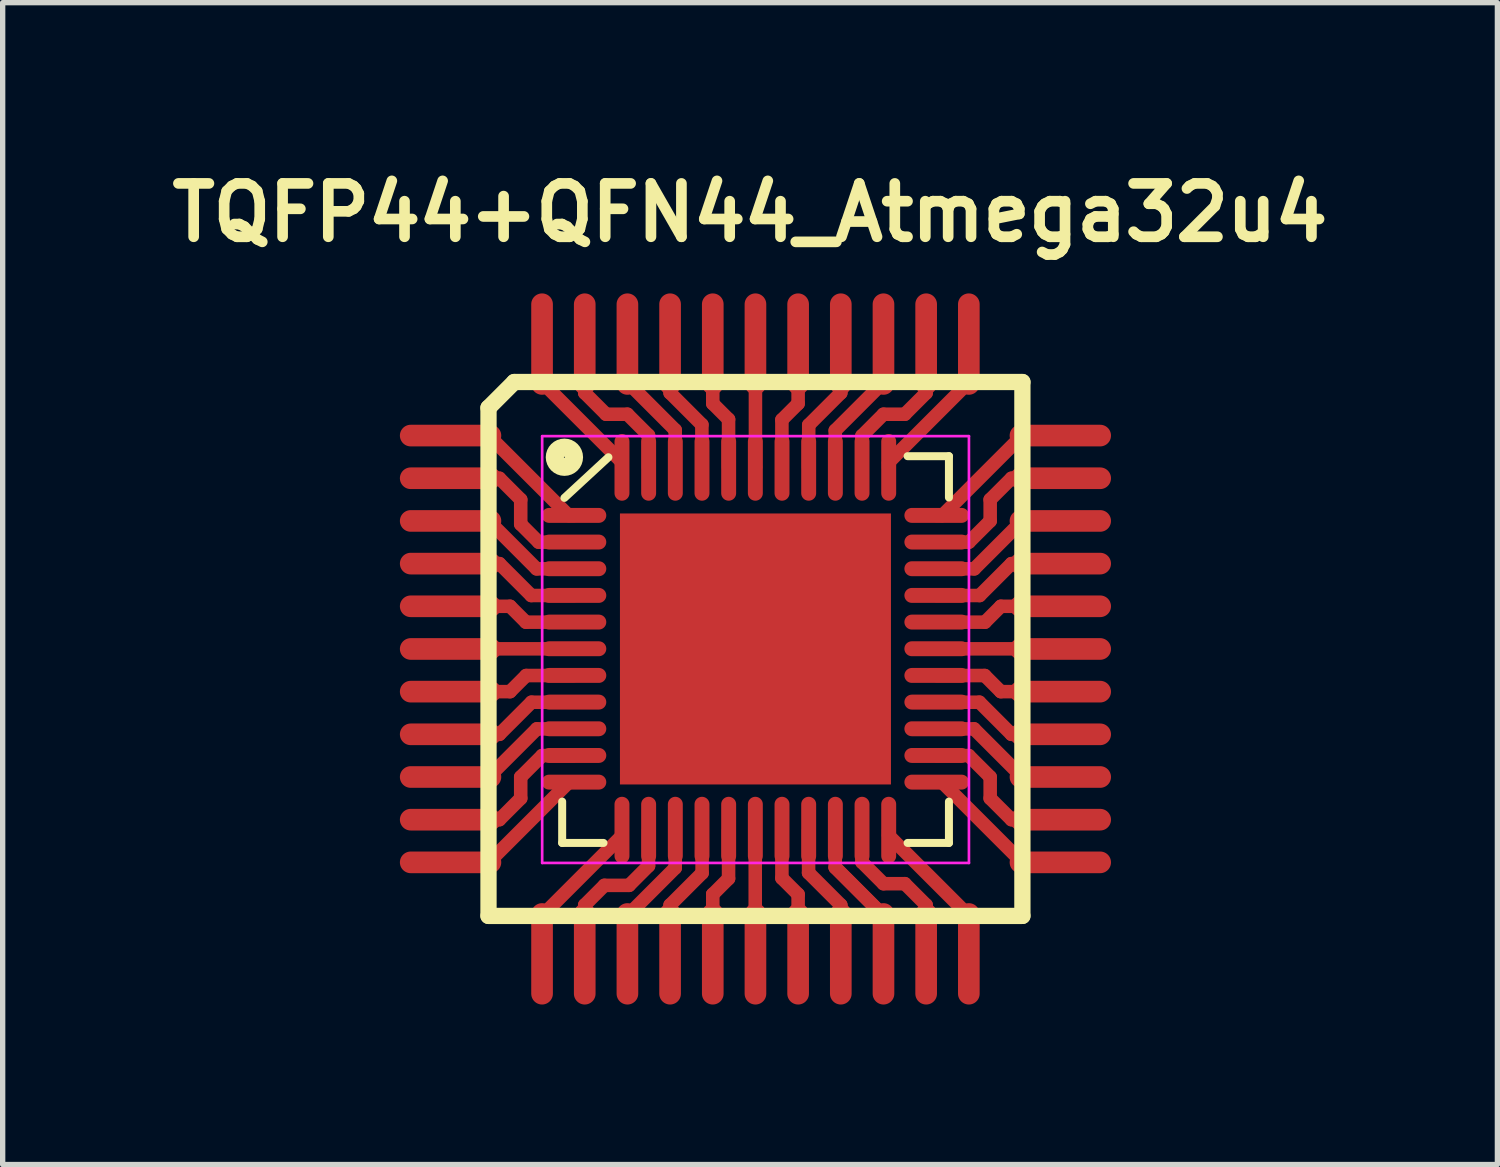
<source format=kicad_pcb>
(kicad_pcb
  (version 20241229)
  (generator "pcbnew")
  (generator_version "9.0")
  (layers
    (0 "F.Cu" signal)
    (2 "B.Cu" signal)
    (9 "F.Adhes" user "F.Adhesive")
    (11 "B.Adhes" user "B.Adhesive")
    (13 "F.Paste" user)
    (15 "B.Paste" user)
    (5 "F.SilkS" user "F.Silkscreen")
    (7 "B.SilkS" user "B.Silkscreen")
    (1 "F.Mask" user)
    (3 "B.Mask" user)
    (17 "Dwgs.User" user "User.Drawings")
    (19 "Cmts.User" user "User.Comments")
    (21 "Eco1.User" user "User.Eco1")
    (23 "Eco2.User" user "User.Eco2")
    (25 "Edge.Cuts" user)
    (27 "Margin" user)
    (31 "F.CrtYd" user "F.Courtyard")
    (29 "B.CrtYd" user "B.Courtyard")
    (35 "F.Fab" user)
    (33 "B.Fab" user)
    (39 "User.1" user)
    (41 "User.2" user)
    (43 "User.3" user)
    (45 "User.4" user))
  (footprint "TQFP44+QFN44_Atmega32u4"
    (layer "F.Cu")
    (at 11.111 9.115)
    (property "Reference" "TQFP44+QFN44_Atmega32u4" (at -0.102 -8.179 0) (layer "F.SilkS") (effects (font (size 1 1) (thickness 0.2))))
    (attr smd)
    (fp_line (start -5.715 -4) (end -5 -4) (stroke (width 0.254) (type solid)) (layer "F.Cu"))
    (fp_line (start -5.715 -3.2) (end -4.8 -3.2) (stroke (width 0.254) (type solid)) (layer "F.Cu"))
    (fp_line (start -5.715 -2.4) (end -5 -2.4) (stroke (width 0.254) (type solid)) (layer "F.Cu"))
    (fp_line (start -5.715 -1.6) (end -4.8 -1.6) (stroke (width 0.254) (type solid)) (layer "F.Cu"))
    (fp_line (start -5.715 -0.8) (end -4.6 -0.8) (stroke (width 0.254) (type solid)) (layer "F.Cu"))
    (fp_line (start -5.715 1.6) (end -4.8 1.6) (stroke (width 0.254) (type solid)) (layer "F.Cu"))
    (fp_line (start -5.715 2.4) (end -5 2.4) (stroke (width 0.254) (type solid)) (layer "F.Cu"))
    (fp_line (start -5.715 3.2) (end -4.8 3.2) (stroke (width 0.254) (type solid)) (layer "F.Cu"))
    (fp_line (start -5.715 4) (end -5 4) (stroke (width 0.254) (type solid)) (layer "F.Cu"))
    (fp_line (start -5.713 -0.002) (end -5.715 0) (stroke (width 0.254) (type solid)) (layer "F.Cu"))
    (fp_line (start -5 -4) (end -3.502 -2.502) (stroke (width 0.254) (type solid)) (layer "F.Cu"))
    (fp_line (start -5 4) (end -3.498 2.498) (stroke (width 0.254) (type solid)) (layer "F.Cu"))
    (fp_line (start -5 -2.4) (end -4.102 -1.502) (stroke (width 0.254) (type solid)) (layer "F.Cu"))
    (fp_line (start -5 2.4) (end -4.098 1.498) (stroke (width 0.254) (type solid)) (layer "F.Cu"))
    (fp_line (start -4.8 -3.2) (end -4.4 -2.8) (stroke (width 0.254) (type solid)) (layer "F.Cu"))
    (fp_line (start -4.8 3.2) (end -4.4 2.8) (stroke (width 0.254) (type solid)) (layer "F.Cu"))
    (fp_line (start -4.8 -1.6) (end -4.202 -1.002) (stroke (width 0.254) (type solid)) (layer "F.Cu"))
    (fp_line (start -4.8 1.6) (end -4.198 0.998) (stroke (width 0.254) (type solid)) (layer "F.Cu"))
    (fp_line (start -4.6 0.8) (end -5.715 0.8) (stroke (width 0.254) (type solid)) (layer "F.Cu"))
    (fp_line (start -4.6 0.8) (end -4.298 0.498) (stroke (width 0.254) (type solid)) (layer "F.Cu"))
    (fp_line (start -4.4 -2.339) (end -4.4 -2.8) (stroke (width 0.254) (type solid)) (layer "F.Cu"))
    (fp_line (start -4.4 2.4) (end -4.4 2.8) (stroke (width 0.254) (type solid)) (layer "F.Cu"))
    (fp_line (start -4.302 -0.502) (end -4.6 -0.8) (stroke (width 0.254) (type solid)) (layer "F.Cu"))
    (fp_line (start -4.302 -0.502) (end -3.404 -0.502) (stroke (width 0.254) (type solid)) (layer "F.Cu"))
    (fp_line (start -4.063 -2.002) (end -4.4 -2.339) (stroke (width 0.254) (type solid)) (layer "F.Cu"))
    (fp_line (start -4 -5.715) (end -4 -5) (stroke (width 0.254) (type solid)) (layer "F.Cu"))
    (fp_line (start -4 -5) (end -2.504 -3.504) (stroke (width 0.254) (type solid)) (layer "F.Cu"))
    (fp_line (start -4 5) (end -2.504 3.504) (stroke (width 0.254) (type solid)) (layer "F.Cu"))
    (fp_line (start -4 5.715) (end -4 5) (stroke (width 0.254) (type solid)) (layer "F.Cu"))
    (fp_line (start -3.998 1.998) (end -4.4 2.4) (stroke (width 0.254) (type solid)) (layer "F.Cu"))
    (fp_line (start -3.404 -2.502) (end -3.502 -2.502) (stroke (width 0.254) (type solid)) (layer "F.Cu"))
    (fp_line (start -3.404 -2.002) (end -4.063 -2.002) (stroke (width 0.254) (type solid)) (layer "F.Cu"))
    (fp_line (start -3.404 -1.502) (end -4.102 -1.502) (stroke (width 0.254) (type solid)) (layer "F.Cu"))
    (fp_line (start -3.404 -1.002) (end -4.202 -1.002) (stroke (width 0.254) (type solid)) (layer "F.Cu"))
    (fp_line (start -3.404 -0.002) (end -5.713 -0.002) (stroke (width 0.254) (type solid)) (layer "F.Cu"))
    (fp_line (start -3.404 0.498) (end -4.298 0.498) (stroke (width 0.254) (type solid)) (layer "F.Cu"))
    (fp_line (start -3.404 0.998) (end -4.198 0.998) (stroke (width 0.254) (type solid)) (layer "F.Cu"))
    (fp_line (start -3.404 1.498) (end -4.098 1.498) (stroke (width 0.254) (type solid)) (layer "F.Cu"))
    (fp_line (start -3.404 1.998) (end -3.998 1.998) (stroke (width 0.254) (type solid)) (layer "F.Cu"))
    (fp_line (start -3.404 2.498) (end -3.498 2.498) (stroke (width 0.254) (type solid)) (layer "F.Cu"))
    (fp_line (start -3.2 4.8) (end -2.831 4.431) (stroke (width 0.254) (type solid)) (layer "F.Cu"))
    (fp_line (start -3.2 5.715) (end -3.2 4.8) (stroke (width 0.254) (type solid)) (layer "F.Cu"))
    (fp_line (start -3.2 -4.8) (end -3.2 -5.715) (stroke (width 0.254) (type solid)) (layer "F.Cu"))
    (fp_line (start -2.8 -4.4) (end -3.2 -4.8) (stroke (width 0.254) (type solid)) (layer "F.Cu"))
    (fp_line (start -2.504 -3.402) (end -2.504 -3.504) (stroke (width 0.254) (type solid)) (layer "F.Cu"))
    (fp_line (start -2.504 3.398) (end -2.504 3.504) (stroke (width 0.254) (type solid)) (layer "F.Cu"))
    (fp_line (start -2.4 -5.715) (end -2.4 -5) (stroke (width 0.254) (type solid)) (layer "F.Cu"))
    (fp_line (start -2.4 -5) (end -1.504 -4.104) (stroke (width 0.254) (type solid)) (layer "F.Cu"))
    (fp_line (start -2.4 5) (end -1.504 4.104) (stroke (width 0.254) (type solid)) (layer "F.Cu"))
    (fp_line (start -2.4 5.715) (end -2.4 5) (stroke (width 0.254) (type solid)) (layer "F.Cu"))
    (fp_line (start -2.4 -4.4) (end -2.8 -4.4) (stroke (width 0.254) (type solid)) (layer "F.Cu"))
    (fp_line (start -2.369 4.431) (end -2.831 4.431) (stroke (width 0.254) (type solid)) (layer "F.Cu"))
    (fp_line (start -2.004 -4.004) (end -2.4 -4.4) (stroke (width 0.254) (type solid)) (layer "F.Cu"))
    (fp_line (start -2.004 -3.402) (end -2.004 -4.004) (stroke (width 0.254) (type solid)) (layer "F.Cu"))
    (fp_line (start -2.004 3.398) (end -2.004 4.065) (stroke (width 0.254) (type solid)) (layer "F.Cu"))
    (fp_line (start -2.004 4.065) (end -2.369 4.431) (stroke (width 0.254) (type solid)) (layer "F.Cu"))
    (fp_line (start -1.6 -5.715) (end -1.6 -4.8) (stroke (width 0.254) (type solid)) (layer "F.Cu"))
    (fp_line (start -1.6 -4.8) (end -1.004 -4.204) (stroke (width 0.254) (type solid)) (layer "F.Cu"))
    (fp_line (start -1.6 4.8) (end -1.6 5.7) (stroke (width 0.254) (type solid)) (layer "F.Cu"))
    (fp_line (start -1.6 4.8) (end -1 4.2) (stroke (width 0.254) (type solid)) (layer "F.Cu"))
    (fp_line (start -1.504 -3.402) (end -1.504 -4.104) (stroke (width 0.254) (type solid)) (layer "F.Cu"))
    (fp_line (start -1.504 3.398) (end -1.504 4.104) (stroke (width 0.254) (type solid)) (layer "F.Cu"))
    (fp_line (start -1.004 -3.402) (end -1.004 -4.204) (stroke (width 0.254) (type solid)) (layer "F.Cu"))
    (fp_line (start -1 4.2) (end -1 3.4) (stroke (width 0.254) (type solid)) (layer "F.Cu"))
    (fp_line (start -0.8 -5.715) (end -0.8 -5) (stroke (width 0.254) (type solid)) (layer "F.Cu"))
    (fp_line (start -0.8 -5.715) (end -0.8 -4.6) (stroke (width 0.254) (type solid)) (layer "F.Cu"))
    (fp_line (start -0.8 4.6) (end -0.8 5.715) (stroke (width 0.254) (type solid)) (layer "F.Cu"))
    (fp_line (start -0.8 4.6) (end -0.8 4.6) (stroke (width 0.254) (type solid)) (layer "F.Cu"))
    (fp_line (start -0.8 4.6) (end -0.504 4.304) (stroke (width 0.254) (type solid)) (layer "F.Cu"))
    (fp_line (start -0.504 -4.304) (end -0.8 -4.6) (stroke (width 0.254) (type solid)) (layer "F.Cu"))
    (fp_line (start -0.504 -4.304) (end -0.504 -3.402) (stroke (width 0.254) (type solid)) (layer "F.Cu"))
    (fp_line (start -0.504 3.398) (end -0.504 4.304) (stroke (width 0.254) (type solid)) (layer "F.Cu"))
    (fp_line (start -0.004 -3.402) (end 0 -3.405) (stroke (width 0.254) (type solid)) (layer "F.Cu"))
    (fp_line (start -0.004 3.398) (end -0.004 5.711) (stroke (width 0.254) (type solid)) (layer "F.Cu"))
    (fp_line (start -0.004 5.711) (end 0 5.715) (stroke (width 0.254) (type solid)) (layer "F.Cu"))
    (fp_line (start 0 -3.405) (end 0 -5.715) (stroke (width 0.254) (type solid)) (layer "F.Cu"))
    (fp_line (start 0.496 -4.296) (end 0.496 -3.402) (stroke (width 0.254) (type solid)) (layer "F.Cu"))
    (fp_line (start 0.496 -4.296) (end 0.8 -4.6) (stroke (width 0.254) (type solid)) (layer "F.Cu"))
    (fp_line (start 0.496 4.296) (end 0.496 3.398) (stroke (width 0.254) (type solid)) (layer "F.Cu"))
    (fp_line (start 0.496 4.296) (end 0.8 4.6) (stroke (width 0.254) (type solid)) (layer "F.Cu"))
    (fp_line (start 0.75 -5.665) (end 0.8 -5.715) (stroke (width 0.254) (type solid)) (layer "F.Cu"))
    (fp_line (start 0.8 -5.715) (end 0.8 -5) (stroke (width 0.254) (type solid)) (layer "F.Cu"))
    (fp_line (start 0.8 -5.715) (end 0.8 -4.6) (stroke (width 0.254) (type solid)) (layer "F.Cu"))
    (fp_line (start 0.8 5.715) (end 0.8 4.6) (stroke (width 0.254) (type solid)) (layer "F.Cu"))
    (fp_line (start 0.996 -3.402) (end 0.999 -4.199) (stroke (width 0.254) (type solid)) (layer "F.Cu"))
    (fp_line (start 0.996 3.398) (end 0.996 4.196) (stroke (width 0.254) (type solid)) (layer "F.Cu"))
    (fp_line (start 1.496 -4.096) (end 1.496 -3.402) (stroke (width 0.254) (type solid)) (layer "F.Cu"))
    (fp_line (start 1.496 -4.096) (end 2.4 -5) (stroke (width 0.254) (type solid)) (layer "F.Cu"))
    (fp_line (start 1.496 3.398) (end 1.496 4.096) (stroke (width 0.254) (type solid)) (layer "F.Cu"))
    (fp_line (start 1.6 -5.715) (end 1.6 -4.8) (stroke (width 0.254) (type solid)) (layer "F.Cu"))
    (fp_line (start 1.6 -4.8) (end 0.999 -4.199) (stroke (width 0.254) (type solid)) (layer "F.Cu"))
    (fp_line (start 1.6 4.8) (end 0.996 4.196) (stroke (width 0.254) (type solid)) (layer "F.Cu"))
    (fp_line (start 1.6 5.715) (end 1.6 4.8) (stroke (width 0.254) (type solid)) (layer "F.Cu"))
    (fp_line (start 1.996 -3.996) (end 2.4 -4.4) (stroke (width 0.254) (type solid)) (layer "F.Cu"))
    (fp_line (start 1.996 -3.402) (end 1.996 -3.996) (stroke (width 0.254) (type solid)) (layer "F.Cu"))
    (fp_line (start 1.996 3.398) (end 1.996 3.996) (stroke (width 0.254) (type solid)) (layer "F.Cu"))
    (fp_line (start 1.996 3.996) (end 2.4 4.4) (stroke (width 0.254) (type solid)) (layer "F.Cu"))
    (fp_line (start 2.4 -5.715) (end 2.4 -5) (stroke (width 0.254) (type solid)) (layer "F.Cu"))
    (fp_line (start 2.4 -5.715) (end 2.4 -5.715) (stroke (width 0.254) (type solid)) (layer "F.Cu"))
    (fp_line (start 2.4 -4.4) (end 2.8 -4.4) (stroke (width 0.254) (type solid)) (layer "F.Cu"))
    (fp_line (start 2.4 4.4) (end 2.8 4.4) (stroke (width 0.254) (type solid)) (layer "F.Cu"))
    (fp_line (start 2.4 5) (end 1.496 4.096) (stroke (width 0.254) (type solid)) (layer "F.Cu"))
    (fp_line (start 2.4 5) (end 1.496 4.096) (stroke (width 0.254) (type solid)) (layer "F.Cu"))
    (fp_line (start 2.4 5.715) (end 2.4 5) (stroke (width 0.254) (type solid)) (layer "F.Cu"))
    (fp_line (start 2.496 -3.402) (end 2.496 -3.496) (stroke (width 0.254) (type solid)) (layer "F.Cu"))
    (fp_line (start 2.496 3.398) (end 2.496 3.496) (stroke (width 0.254) (type solid)) (layer "F.Cu"))
    (fp_line (start 2.8 -4.4) (end 3.2 -4.8) (stroke (width 0.254) (type solid)) (layer "F.Cu"))
    (fp_line (start 3.2 -4.8) (end 3.2 -5.715) (stroke (width 0.254) (type solid)) (layer "F.Cu"))
    (fp_line (start 3.2 4.8) (end 2.8 4.4) (stroke (width 0.254) (type solid)) (layer "F.Cu"))
    (fp_line (start 3.2 5.715) (end 3.2 4.8) (stroke (width 0.254) (type solid)) (layer "F.Cu"))
    (fp_line (start 3.396 -2.502) (end 3.502 -2.502) (stroke (width 0.254) (type solid)) (layer "F.Cu"))
    (fp_line (start 3.396 -2.002) (end 4.002 -2.002) (stroke (width 0.254) (type solid)) (layer "F.Cu"))
    (fp_line (start 3.396 -1.502) (end 4.102 -1.502) (stroke (width 0.254) (type solid)) (layer "F.Cu"))
    (fp_line (start 3.396 -1.002) (end 4.202 -1.002) (stroke (width 0.254) (type solid)) (layer "F.Cu"))
    (fp_line (start 3.396 -0.502) (end 4.302 -0.502) (stroke (width 0.254) (type solid)) (layer "F.Cu"))
    (fp_line (start 3.396 -0.002) (end 5.713 -0.002) (stroke (width 0.254) (type solid)) (layer "F.Cu"))
    (fp_line (start 3.396 0.498) (end 4.298 0.498) (stroke (width 0.254) (type solid)) (layer "F.Cu"))
    (fp_line (start 3.396 0.998) (end 4.198 0.998) (stroke (width 0.254) (type solid)) (layer "F.Cu"))
    (fp_line (start 3.396 1.498) (end 4.098 1.498) (stroke (width 0.254) (type solid)) (layer "F.Cu"))
    (fp_line (start 3.396 1.998) (end 3.998 1.998) (stroke (width 0.254) (type solid)) (layer "F.Cu"))
    (fp_line (start 3.396 2.498) (end 3.498 2.498) (stroke (width 0.254) (type solid)) (layer "F.Cu"))
    (fp_line (start 4 -5.715) (end 4 -5) (stroke (width 0.254) (type solid)) (layer "F.Cu"))
    (fp_line (start 4 -5) (end 2.496 -3.496) (stroke (width 0.254) (type solid)) (layer "F.Cu"))
    (fp_line (start 4 5) (end 2.496 3.496) (stroke (width 0.254) (type solid)) (layer "F.Cu"))
    (fp_line (start 4 5.715) (end 4 5) (stroke (width 0.254) (type solid)) (layer "F.Cu"))
    (fp_line (start 4.002 -2.002) (end 4.4 -2.4) (stroke (width 0.254) (type solid)) (layer "F.Cu"))
    (fp_line (start 4.298 0.498) (end 4.6 0.8) (stroke (width 0.254) (type solid)) (layer "F.Cu"))
    (fp_line (start 4.302 -0.502) (end 4.6 -0.8) (stroke (width 0.254) (type solid)) (layer "F.Cu"))
    (fp_line (start 4.4 -2.8) (end 4.8 -3.2) (stroke (width 0.254) (type solid)) (layer "F.Cu"))
    (fp_line (start 4.4 -2.4) (end 4.4 -2.8) (stroke (width 0.254) (type solid)) (layer "F.Cu"))
    (fp_line (start 4.4 2.4) (end 3.998 1.998) (stroke (width 0.254) (type solid)) (layer "F.Cu"))
    (fp_line (start 4.4 2.4) (end 4.4 2.8) (stroke (width 0.254) (type solid)) (layer "F.Cu"))
    (fp_line (start 4.8 -1.6) (end 4.202 -1.002) (stroke (width 0.254) (type solid)) (layer "F.Cu"))
    (fp_line (start 4.8 1.6) (end 4.198 0.998) (stroke (width 0.254) (type solid)) (layer "F.Cu"))
    (fp_line (start 4.8 -3.2) (end 5.715 -3.2) (stroke (width 0.254) (type solid)) (layer "F.Cu"))
    (fp_line (start 4.8 3.2) (end 4.4 2.8) (stroke (width 0.254) (type solid)) (layer "F.Cu"))
    (fp_line (start 5 -2.4) (end 4.102 -1.502) (stroke (width 0.254) (type solid)) (layer "F.Cu"))
    (fp_line (start 5 2.4) (end 4.098 1.498) (stroke (width 0.254) (type solid)) (layer "F.Cu"))
    (fp_line (start 5 -4) (end 3.502 -2.502) (stroke (width 0.254) (type solid)) (layer "F.Cu"))
    (fp_line (start 5 4) (end 3.498 2.498) (stroke (width 0.254) (type solid)) (layer "F.Cu"))
    (fp_line (start 5.713 -0.002) (end 5.715 0) (stroke (width 0.254) (type solid)) (layer "F.Cu"))
    (fp_line (start 5.715 -4) (end 5 -4) (stroke (width 0.254) (type solid)) (layer "F.Cu"))
    (fp_line (start 5.715 -2.4) (end 5 -2.4) (stroke (width 0.254) (type solid)) (layer "F.Cu"))
    (fp_line (start 5.715 -1.6) (end 4.8 -1.6) (stroke (width 0.254) (type solid)) (layer "F.Cu"))
    (fp_line (start 5.715 -0.8) (end 4.6 -0.8) (stroke (width 0.254) (type solid)) (layer "F.Cu"))
    (fp_line (start 5.715 0.8) (end 4.6 0.8) (stroke (width 0.254) (type solid)) (layer "F.Cu"))
    (fp_line (start 5.715 1.6) (end 4.8 1.6) (stroke (width 0.254) (type solid)) (layer "F.Cu"))
    (fp_line (start 5.715 2.4) (end 5 2.4) (stroke (width 0.254) (type solid)) (layer "F.Cu"))
    (fp_line (start 5.715 3.2) (end 4.8 3.2) (stroke (width 0.254) (type solid)) (layer "F.Cu"))
    (fp_line (start 5.715 4) (end 5 4) (stroke (width 0.254) (type solid)) (layer "F.Cu"))
    (fp_line (start -5.004 -4.521) (end -5.004 5.004) (stroke (width 0.305) (type solid)) (layer "F.SilkS"))
    (fp_line (start -5.004 -4.521) (end -4.521 -5.004) (stroke (width 0.305) (type solid)) (layer "F.SilkS"))
    (fp_line (start -4.521 -5.004) (end 5.004 -5.004) (stroke (width 0.305) (type solid)) (layer "F.SilkS"))
    (fp_line (start -3.623 3.636) (end -3.623 2.861) (stroke (width 0.15) (type solid)) (layer "F.SilkS"))
    (fp_line (start -3.623 3.636) (end -2.848 3.636) (stroke (width 0.15) (type solid)) (layer "F.SilkS"))
    (fp_line (start -2.756 -3.594) (end -3.581 -2.832) (stroke (width 0.15) (type solid)) (layer "F.SilkS"))
    (fp_line (start 3.627 -3.614) (end 2.852 -3.614) (stroke (width 0.15) (type solid)) (layer "F.SilkS"))
    (fp_line (start 3.627 -3.614) (end 3.627 -2.839) (stroke (width 0.15) (type solid)) (layer "F.SilkS"))
    (fp_line (start 3.627 3.636) (end 2.852 3.636) (stroke (width 0.15) (type solid)) (layer "F.SilkS"))
    (fp_line (start 3.627 3.636) (end 3.627 2.861) (stroke (width 0.15) (type solid)) (layer "F.SilkS"))
    (fp_line (start 5.004 -5.004) (end 5.004 5.004) (stroke (width 0.305) (type solid)) (layer "F.SilkS"))
    (fp_line (start 5.004 5.004) (end -5.004 5.004) (stroke (width 0.305) (type solid)) (layer "F.SilkS"))
    (fp_circle (center -3.581 -3.594) (end -3.454 -3.467) (stroke (width 0.34) (type solid)) (fill no) (layer "F.SilkS"))
    (fp_line (start -3.998 -3.989) (end -3.998 4.011) (stroke (width 0.05) (type solid)) (layer "F.CrtYd"))
    (fp_line (start -3.998 -3.989) (end 4.002 -3.989) (stroke (width 0.05) (type solid)) (layer "F.CrtYd"))
    (fp_line (start -3.998 4.011) (end 4.002 4.011) (stroke (width 0.05) (type solid)) (layer "F.CrtYd"))
    (fp_line (start 4.002 -3.989) (end 4.002 4.011) (stroke (width 0.05) (type solid)) (layer "F.CrtYd"))
    (pad "" smd oval (at -3.402 -2.504) (size 1.212 0.28) (layers "F.Cu" "F.Mask" "F.Paste"))
    (pad "" smd oval (at -3.402 -2.004) (size 1.212 0.28) (layers "F.Cu" "F.Mask" "F.Paste"))
    (pad "" smd oval (at -3.402 -1.504) (size 1.212 0.28) (layers "F.Cu" "F.Mask" "F.Paste"))
    (pad "" smd oval (at -3.402 -1.004) (size 1.212 0.28) (layers "F.Cu" "F.Mask" "F.Paste"))
    (pad "" smd oval (at -3.402 -0.504) (size 1.212 0.28) (layers "F.Cu" "F.Mask" "F.Paste"))
    (pad "" smd oval (at -3.402 -0.004) (size 1.212 0.28) (layers "F.Cu" "F.Mask" "F.Paste"))
    (pad "" smd oval (at -3.402 0.496) (size 1.212 0.28) (layers "F.Cu" "F.Mask" "F.Paste"))
    (pad "" smd oval (at -3.402 0.996) (size 1.212 0.28) (layers "F.Cu" "F.Mask" "F.Paste"))
    (pad "" smd oval (at -3.402 1.496) (size 1.212 0.28) (layers "F.Cu" "F.Mask" "F.Paste"))
    (pad "" smd oval (at -3.402 1.996) (size 1.212 0.28) (layers "F.Cu" "F.Mask" "F.Paste"))
    (pad "" smd oval (at -3.402 2.496) (size 1.212 0.28) (layers "F.Cu" "F.Mask" "F.Paste"))
    (pad "" smd oval (at -2.502 -3.404 90) (size 1.25 0.28) (layers "F.Cu" "F.Mask" "F.Paste"))
    (pad "" smd oval (at -2.502 3.396 90) (size 1.25 0.28) (layers "F.Cu" "F.Mask" "F.Paste"))
    (pad "" smd oval (at -2.002 -3.404 90) (size 1.25 0.28) (layers "F.Cu" "F.Mask" "F.Paste"))
    (pad "" smd oval (at -2.002 3.396 90) (size 1.25 0.28) (layers "F.Cu" "F.Mask" "F.Paste"))
    (pad "" smd oval (at -1.502 -3.404 90) (size 1.25 0.28) (layers "F.Cu" "F.Mask" "F.Paste"))
    (pad "" smd oval (at -1.502 3.396 90) (size 1.25 0.28) (layers "F.Cu" "F.Mask" "F.Paste"))
    (pad "" smd oval (at -1.002 -3.404 90) (size 1.25 0.28) (layers "F.Cu" "F.Mask" "F.Paste"))
    (pad "" smd oval (at -1.002 3.396 90) (size 1.25 0.28) (layers "F.Cu" "F.Mask" "F.Paste"))
    (pad "" smd oval (at -0.502 -3.404 90) (size 1.25 0.28) (layers "F.Cu" "F.Mask" "F.Paste"))
    (pad "" smd oval (at -0.502 3.396 90) (size 1.25 0.28) (layers "F.Cu" "F.Mask" "F.Paste"))
    (pad "" smd oval (at -0.002 -3.404 90) (size 1.25 0.28) (layers "F.Cu" "F.Mask" "F.Paste"))
    (pad "" smd oval (at -0.002 3.396 90) (size 1.25 0.28) (layers "F.Cu" "F.Mask" "F.Paste"))
    (pad "" smd oval (at 0.498 -3.404 90) (size 1.25 0.28) (layers "F.Cu" "F.Mask" "F.Paste"))
    (pad "" smd oval (at 0.498 3.396 90) (size 1.25 0.28) (layers "F.Cu" "F.Mask" "F.Paste"))
    (pad "" smd oval (at 0.998 -3.404 90) (size 1.25 0.28) (layers "F.Cu" "F.Mask" "F.Paste"))
    (pad "" smd oval (at 0.998 3.396 90) (size 1.25 0.28) (layers "F.Cu" "F.Mask" "F.Paste"))
    (pad "" smd oval (at 1.498 -3.404 90) (size 1.25 0.28) (layers "F.Cu" "F.Mask" "F.Paste"))
    (pad "" smd oval (at 1.498 3.396 90) (size 1.25 0.28) (layers "F.Cu" "F.Mask" "F.Paste"))
    (pad "" smd oval (at 1.998 -3.404 90) (size 1.25 0.28) (layers "F.Cu" "F.Mask" "F.Paste"))
    (pad "" smd oval (at 1.998 3.396 90) (size 1.25 0.28) (layers "F.Cu" "F.Mask" "F.Paste"))
    (pad "" smd oval (at 2.498 -3.404 90) (size 1.25 0.28) (layers "F.Cu" "F.Mask" "F.Paste"))
    (pad "" smd oval (at 2.498 3.396 90) (size 1.25 0.28) (layers "F.Cu" "F.Mask" "F.Paste"))
    (pad "" smd oval (at 3.398 -2.504) (size 1.212 0.28) (layers "F.Cu" "F.Mask" "F.Paste"))
    (pad "" smd oval (at 3.398 -2.004) (size 1.212 0.28) (layers "F.Cu" "F.Mask" "F.Paste"))
    (pad "" smd oval (at 3.398 -1.504) (size 1.212 0.28) (layers "F.Cu" "F.Mask" "F.Paste"))
    (pad "" smd oval (at 3.398 -1.004) (size 1.212 0.28) (layers "F.Cu" "F.Mask" "F.Paste"))
    (pad "" smd oval (at 3.398 -0.504) (size 1.212 0.28) (layers "F.Cu" "F.Mask" "F.Paste"))
    (pad "" smd oval (at 3.398 -0.004) (size 1.212 0.28) (layers "F.Cu" "F.Mask" "F.Paste"))
    (pad "" smd oval (at 3.398 0.496) (size 1.212 0.28) (layers "F.Cu" "F.Mask" "F.Paste"))
    (pad "" smd oval (at 3.398 0.996) (size 1.212 0.28) (layers "F.Cu" "F.Mask" "F.Paste"))
    (pad "" smd oval (at 3.398 1.496) (size 1.212 0.28) (layers "F.Cu" "F.Mask" "F.Paste"))
    (pad "" smd oval (at 3.398 1.996) (size 1.212 0.28) (layers "F.Cu" "F.Mask" "F.Paste"))
    (pad "" smd oval (at 3.398 2.496) (size 1.212 0.28) (layers "F.Cu" "F.Mask" "F.Paste"))
    (pad "0" smd rect (at 0 0) (size 5.08 5.08) (layers "F.Cu" "F.Mask" "F.Paste"))
    (pad "1" smd oval (at -5.715 -4) (size 1.9 0.406) (layers "F.Cu" "F.Mask" "F.Paste"))
    (pad "2" smd oval (at -5.715 -3.2) (size 1.9 0.406) (layers "F.Cu" "F.Mask" "F.Paste"))
    (pad "3" smd oval (at -5.715 -2.4) (size 1.9 0.406) (layers "F.Cu" "F.Mask" "F.Paste"))
    (pad "4" smd oval (at -5.715 -1.6) (size 1.9 0.406) (layers "F.Cu" "F.Mask" "F.Paste"))
    (pad "5" smd oval (at -5.715 -0.8) (size 1.9 0.406) (layers "F.Cu" "F.Mask" "F.Paste"))
    (pad "6" smd oval (at -5.715 0) (size 1.9 0.406) (layers "F.Cu" "F.Mask" "F.Paste"))
    (pad "7" smd oval (at -5.715 0.8) (size 1.9 0.406) (layers "F.Cu" "F.Mask" "F.Paste"))
    (pad "8" smd oval (at -5.715 1.6) (size 1.9 0.406) (layers "F.Cu" "F.Mask" "F.Paste"))
    (pad "9" smd oval (at -5.715 2.4) (size 1.9 0.406) (layers "F.Cu" "F.Mask" "F.Paste"))
    (pad "10" smd oval (at -5.715 3.2) (size 1.9 0.406) (layers "F.Cu" "F.Mask" "F.Paste"))
    (pad "11" smd oval (at -5.715 4) (size 1.9 0.406) (layers "F.Cu" "F.Mask" "F.Paste"))
    (pad "12" smd oval (at -4 5.715) (size 0.406 1.9) (layers "F.Cu" "F.Mask" "F.Paste"))
    (pad "13" smd oval (at -3.2 5.715) (size 0.406 1.9) (layers "F.Cu" "F.Mask" "F.Paste"))
    (pad "14" smd oval (at -2.4 5.715) (size 0.406 1.9) (layers "F.Cu" "F.Mask" "F.Paste"))
    (pad "15" smd oval (at -1.6 5.715) (size 0.406 1.9) (layers "F.Cu" "F.Mask" "F.Paste"))
    (pad "16" smd oval (at -0.8 5.715) (size 0.406 1.9) (layers "F.Cu" "F.Mask" "F.Paste"))
    (pad "17" smd oval (at 0 5.715) (size 0.406 1.9) (layers "F.Cu" "F.Mask" "F.Paste"))
    (pad "18" smd oval (at 0.8 5.715) (size 0.406 1.9) (layers "F.Cu" "F.Mask" "F.Paste"))
    (pad "19" smd oval (at 1.6 5.715) (size 0.406 1.9) (layers "F.Cu" "F.Mask" "F.Paste"))
    (pad "20" smd oval (at 2.4 5.715) (size 0.406 1.9) (layers "F.Cu" "F.Mask" "F.Paste"))
    (pad "21" smd oval (at 3.2 5.715) (size 0.406 1.9) (layers "F.Cu" "F.Mask" "F.Paste"))
    (pad "22" smd oval (at 4 5.715) (size 0.406 1.9) (layers "F.Cu" "F.Mask" "F.Paste"))
    (pad "23" smd oval (at 5.715 4) (size 1.9 0.406) (layers "F.Cu" "F.Mask" "F.Paste"))
    (pad "24" smd oval (at 5.715 3.2) (size 1.9 0.406) (layers "F.Cu" "F.Mask" "F.Paste"))
    (pad "25" smd oval (at 5.715 2.4) (size 1.9 0.406) (layers "F.Cu" "F.Mask" "F.Paste"))
    (pad "26" smd oval (at 5.715 1.6) (size 1.9 0.406) (layers "F.Cu" "F.Mask" "F.Paste"))
    (pad "27" smd oval (at 5.715 0.8) (size 1.9 0.406) (layers "F.Cu" "F.Mask" "F.Paste"))
    (pad "28" smd oval (at 5.715 0) (size 1.9 0.406) (layers "F.Cu" "F.Mask" "F.Paste"))
    (pad "29" smd oval (at 5.715 -0.8) (size 1.9 0.406) (layers "F.Cu" "F.Mask" "F.Paste"))
    (pad "30" smd oval (at 5.715 -1.6) (size 1.9 0.406) (layers "F.Cu" "F.Mask" "F.Paste"))
    (pad "31" smd oval (at 5.715 -2.4) (size 1.9 0.406) (layers "F.Cu" "F.Mask" "F.Paste"))
    (pad "32" smd oval (at 5.715 -3.2) (size 1.9 0.406) (layers "F.Cu" "F.Mask" "F.Paste"))
    (pad "33" smd oval (at 5.715 -4) (size 1.9 0.406) (layers "F.Cu" "F.Mask" "F.Paste"))
    (pad "34" smd oval (at 4 -5.715) (size 0.406 1.9) (layers "F.Cu" "F.Mask" "F.Paste"))
    (pad "35" smd oval (at 3.2 -5.715) (size 0.406 1.9) (layers "F.Cu" "F.Mask" "F.Paste"))
    (pad "36" smd oval (at 2.4 -5.715) (size 0.406 1.9) (layers "F.Cu" "F.Mask" "F.Paste"))
    (pad "37" smd oval (at 1.6 -5.715) (size 0.406 1.9) (layers "F.Cu" "F.Mask" "F.Paste"))
    (pad "38" smd oval (at 0.8 -5.715) (size 0.406 1.9) (layers "F.Cu" "F.Mask" "F.Paste"))
    (pad "39" smd oval (at 0 -5.715) (size 0.406 1.9) (layers "F.Cu" "F.Mask" "F.Paste"))
    (pad "40" smd oval (at -0.8 -5.715) (size 0.406 1.9) (layers "F.Cu" "F.Mask" "F.Paste"))
    (pad "41" smd oval (at -1.6 -5.715) (size 0.406 1.9) (layers "F.Cu" "F.Mask" "F.Paste"))
    (pad "42" smd oval (at -2.4 -5.715) (size 0.406 1.9) (layers "F.Cu" "F.Mask" "F.Paste"))
    (pad "43" smd oval (at -3.2 -5.715) (size 0.406 1.9) (layers "F.Cu" "F.Mask" "F.Paste"))
    (pad "44" smd oval (at -4 -5.715) (size 0.406 1.9) (layers "F.Cu" "F.Mask" "F.Paste")))
  (gr_rect
    (start -3 -3)
    (end 25.019 18.78)
    (stroke (width 0.1) (type default))
    (fill no)
    (layer "Edge.Cuts")))
</source>
